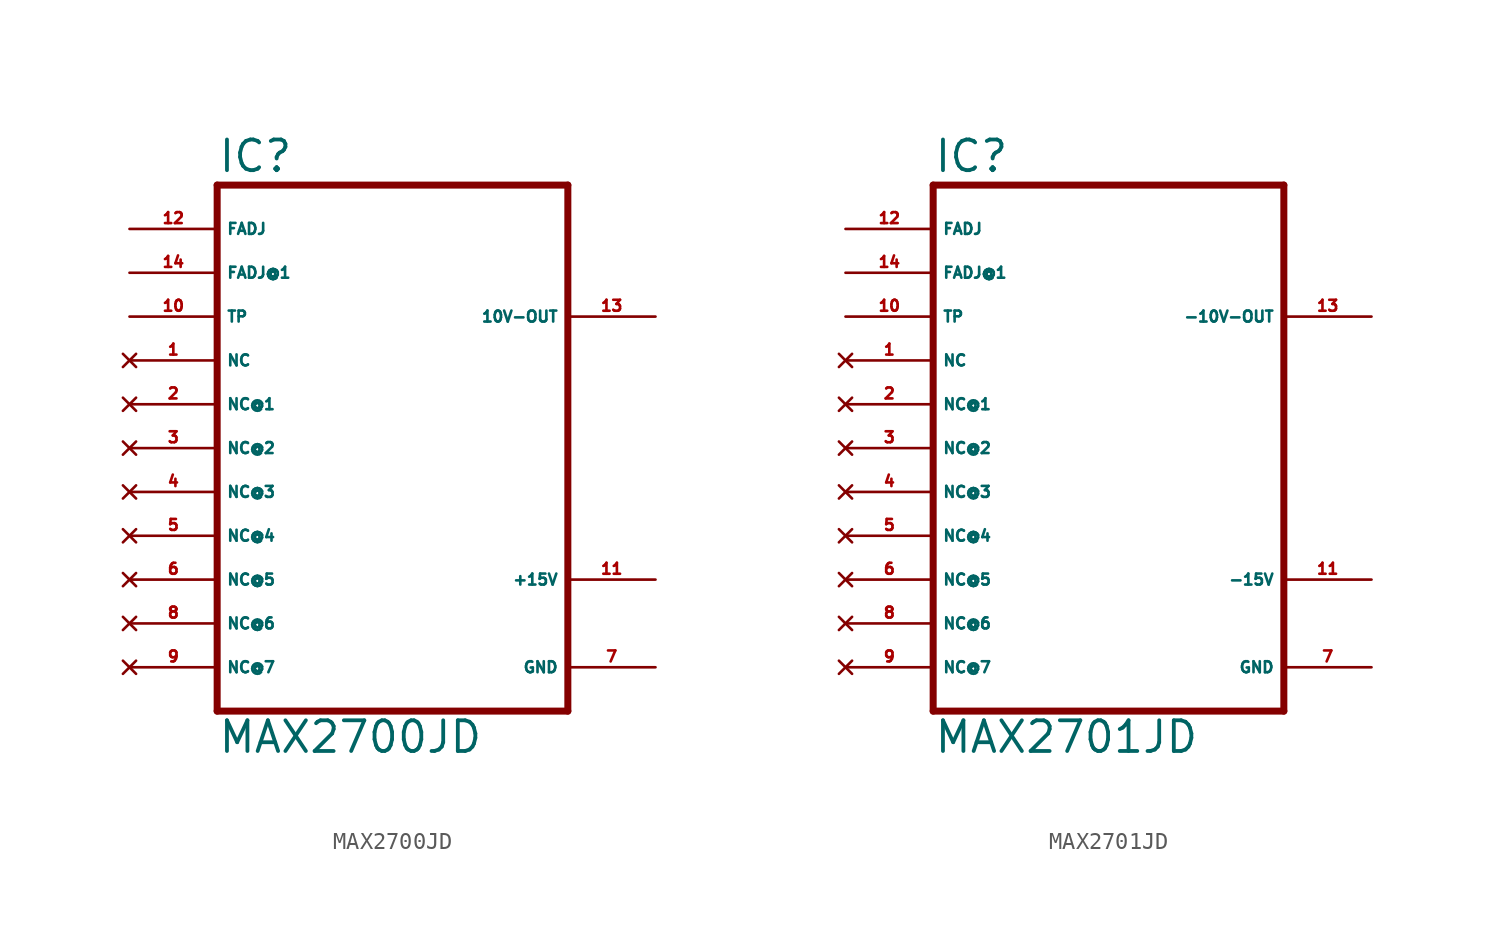
<source format=kicad_sym>
(kicad_symbol_lib
  (version 20220914)
  (generator Eagle2Kicad)
  (symbol "MAX2700JD"
    (property "Reference" "IC"
      (at -10.16 15.875 0)
      (effects (font (size 1.778 1.778) (thickness 0.22)) (justify left bottom)))
    (property "Value" "MAX2700JD"
      (at -10.16 -17.78 0)
      (effects (font (size 1.778 1.778) (thickness 0.22)) (justify left bottom)))
    (polyline
      (pts (xy 10.16 -15.24) (xy 10.16 15.24))
      (stroke (width 0.406) (type default))
      (fill (type none)))
    (polyline
      (pts (xy -10.16 15.24) (xy 10.16 15.24))
      (stroke (width 0.406) (type default))
      (fill (type none)))
    (polyline
      (pts (xy -10.16 15.24) (xy -10.16 -15.24))
      (stroke (width 0.406) (type default))
      (fill (type none)))
    (polyline
      (pts (xy 10.16 -15.24) (xy -10.16 -15.24))
      (stroke (width 0.406) (type default))
      (fill (type none)))
    (pin no_connect line
      (at -15.24 -12.7 0)
      (length 5.08)
      (name "NC@7" (effects (font (size 0.635 0.635) (thickness 0.08)) (justify left bottom) hide))
      (number "9" (effects (font (size 0.635 0.635) (thickness 0.08)) (justify left bottom) hide)))
    (pin no_connect line
      (at -15.24 -10.16 0)
      (length 5.08)
      (name "NC@6" (effects (font (size 0.635 0.635) (thickness 0.08)) (justify left bottom) hide))
      (number "8" (effects (font (size 0.635 0.635) (thickness 0.08)) (justify left bottom) hide)))
    (pin no_connect line
      (at -15.24 -7.62 0)
      (length 5.08)
      (name "NC@5" (effects (font (size 0.635 0.635) (thickness 0.08)) (justify left bottom) hide))
      (number "6" (effects (font (size 0.635 0.635) (thickness 0.08)) (justify left bottom) hide)))
    (pin no_connect line
      (at -15.24 -5.08 0)
      (length 5.08)
      (name "NC@4" (effects (font (size 0.635 0.635) (thickness 0.08)) (justify left bottom) hide))
      (number "5" (effects (font (size 0.635 0.635) (thickness 0.08)) (justify left bottom) hide)))
    (pin no_connect line
      (at -15.24 -2.54 0)
      (length 5.08)
      (name "NC@3" (effects (font (size 0.635 0.635) (thickness 0.08)) (justify left bottom) hide))
      (number "4" (effects (font (size 0.635 0.635) (thickness 0.08)) (justify left bottom) hide)))
    (pin no_connect line
      (at -15.24 0 0)
      (length 5.08)
      (name "NC@2" (effects (font (size 0.635 0.635) (thickness 0.08)) (justify left bottom) hide))
      (number "3" (effects (font (size 0.635 0.635) (thickness 0.08)) (justify left bottom) hide)))
    (pin no_connect line
      (at -15.24 2.54 0)
      (length 5.08)
      (name "NC@1" (effects (font (size 0.635 0.635) (thickness 0.08)) (justify left bottom) hide))
      (number "2" (effects (font (size 0.635 0.635) (thickness 0.08)) (justify left bottom) hide)))
    (pin no_connect line
      (at -15.24 5.08 0)
      (length 5.08)
      (name "NC" (effects (font (size 0.635 0.635) (thickness 0.08)) (justify left bottom) hide))
      (number "1" (effects (font (size 0.635 0.635) (thickness 0.08)) (justify left bottom) hide)))
    (pin input line
      (at -15.24 12.7 0)
      (length 5.08)
      (name "FADJ" (effects (font (size 0.635 0.635) (thickness 0.08)) (justify left bottom)))
      (number "12" (effects (font (size 0.635 0.635) (thickness 0.08)) (justify left bottom))))
    (pin input line
      (at -15.24 10.16 0)
      (length 5.08)
      (name "FADJ@1" (effects (font (size 0.635 0.635) (thickness 0.08)) (justify left bottom)))
      (number "14" (effects (font (size 0.635 0.635) (thickness 0.08)) (justify left bottom))))
    (pin passive line
      (at -15.24 7.62 0)
      (length 5.08)
      (name "TP" (effects (font (size 0.635 0.635) (thickness 0.08)) (justify left bottom)))
      (number "10" (effects (font (size 0.635 0.635) (thickness 0.08)) (justify left bottom))))
    (pin unspecified line
      (at 15.24 -12.7 180)
      (length 5.08)
      (name "GND" (effects (font (size 0.635 0.635) (thickness 0.08)) (justify left bottom)))
      (number "7" (effects (font (size 0.635 0.635) (thickness 0.08)) (justify left bottom))))
    (pin unspecified line
      (at 15.24 -7.62 180)
      (length 5.08)
      (name "+15V" (effects (font (size 0.635 0.635) (thickness 0.08)) (justify left bottom)))
      (number "11" (effects (font (size 0.635 0.635) (thickness 0.08)) (justify left bottom))))
    (pin output line
      (at 15.24 7.62 180)
      (length 5.08)
      (name "10V-OUT" (effects (font (size 0.635 0.635) (thickness 0.08)) (justify left bottom)))
      (number "13" (effects (font (size 0.635 0.635) (thickness 0.08)) (justify left bottom)))))
  (symbol "MAX2701JD"
    (property "Reference" "IC"
      (at -10.16 15.875 0)
      (effects (font (size 1.778 1.778) (thickness 0.22)) (justify left bottom)))
    (property "Value" "MAX2701JD"
      (at -10.16 -17.78 0)
      (effects (font (size 1.778 1.778) (thickness 0.22)) (justify left bottom)))
    (polyline
      (pts (xy 10.16 -15.24) (xy 10.16 15.24))
      (stroke (width 0.406) (type default))
      (fill (type none)))
    (polyline
      (pts (xy -10.16 15.24) (xy 10.16 15.24))
      (stroke (width 0.406) (type default))
      (fill (type none)))
    (polyline
      (pts (xy -10.16 15.24) (xy -10.16 -15.24))
      (stroke (width 0.406) (type default))
      (fill (type none)))
    (polyline
      (pts (xy 10.16 -15.24) (xy -10.16 -15.24))
      (stroke (width 0.406) (type default))
      (fill (type none)))
    (pin no_connect line
      (at -15.24 -12.7 0)
      (length 5.08)
      (name "NC@7" (effects (font (size 0.635 0.635) (thickness 0.08)) (justify left bottom) hide))
      (number "9" (effects (font (size 0.635 0.635) (thickness 0.08)) (justify left bottom) hide)))
    (pin no_connect line
      (at -15.24 -10.16 0)
      (length 5.08)
      (name "NC@6" (effects (font (size 0.635 0.635) (thickness 0.08)) (justify left bottom) hide))
      (number "8" (effects (font (size 0.635 0.635) (thickness 0.08)) (justify left bottom) hide)))
    (pin no_connect line
      (at -15.24 -7.62 0)
      (length 5.08)
      (name "NC@5" (effects (font (size 0.635 0.635) (thickness 0.08)) (justify left bottom) hide))
      (number "6" (effects (font (size 0.635 0.635) (thickness 0.08)) (justify left bottom) hide)))
    (pin no_connect line
      (at -15.24 -5.08 0)
      (length 5.08)
      (name "NC@4" (effects (font (size 0.635 0.635) (thickness 0.08)) (justify left bottom) hide))
      (number "5" (effects (font (size 0.635 0.635) (thickness 0.08)) (justify left bottom) hide)))
    (pin no_connect line
      (at -15.24 -2.54 0)
      (length 5.08)
      (name "NC@3" (effects (font (size 0.635 0.635) (thickness 0.08)) (justify left bottom) hide))
      (number "4" (effects (font (size 0.635 0.635) (thickness 0.08)) (justify left bottom) hide)))
    (pin no_connect line
      (at -15.24 0 0)
      (length 5.08)
      (name "NC@2" (effects (font (size 0.635 0.635) (thickness 0.08)) (justify left bottom) hide))
      (number "3" (effects (font (size 0.635 0.635) (thickness 0.08)) (justify left bottom) hide)))
    (pin no_connect line
      (at -15.24 2.54 0)
      (length 5.08)
      (name "NC@1" (effects (font (size 0.635 0.635) (thickness 0.08)) (justify left bottom) hide))
      (number "2" (effects (font (size 0.635 0.635) (thickness 0.08)) (justify left bottom) hide)))
    (pin no_connect line
      (at -15.24 5.08 0)
      (length 5.08)
      (name "NC" (effects (font (size 0.635 0.635) (thickness 0.08)) (justify left bottom) hide))
      (number "1" (effects (font (size 0.635 0.635) (thickness 0.08)) (justify left bottom) hide)))
    (pin input line
      (at -15.24 12.7 0)
      (length 5.08)
      (name "FADJ" (effects (font (size 0.635 0.635) (thickness 0.08)) (justify left bottom)))
      (number "12" (effects (font (size 0.635 0.635) (thickness 0.08)) (justify left bottom))))
    (pin input line
      (at -15.24 10.16 0)
      (length 5.08)
      (name "FADJ@1" (effects (font (size 0.635 0.635) (thickness 0.08)) (justify left bottom)))
      (number "14" (effects (font (size 0.635 0.635) (thickness 0.08)) (justify left bottom))))
    (pin passive line
      (at -15.24 7.62 0)
      (length 5.08)
      (name "TP" (effects (font (size 0.635 0.635) (thickness 0.08)) (justify left bottom)))
      (number "10" (effects (font (size 0.635 0.635) (thickness 0.08)) (justify left bottom))))
    (pin unspecified line
      (at 15.24 -12.7 180)
      (length 5.08)
      (name "GND" (effects (font (size 0.635 0.635) (thickness 0.08)) (justify left bottom)))
      (number "7" (effects (font (size 0.635 0.635) (thickness 0.08)) (justify left bottom))))
    (pin unspecified line
      (at 15.24 -7.62 180)
      (length 5.08)
      (name "-15V" (effects (font (size 0.635 0.635) (thickness 0.08)) (justify left bottom)))
      (number "11" (effects (font (size 0.635 0.635) (thickness 0.08)) (justify left bottom))))
    (pin output line
      (at 15.24 7.62 180)
      (length 5.08)
      (name "-10V-OUT" (effects (font (size 0.635 0.635) (thickness 0.08)) (justify left bottom)))
      (number "13" (effects (font (size 0.635 0.635) (thickness 0.08)) (justify left bottom))))))
</source>
